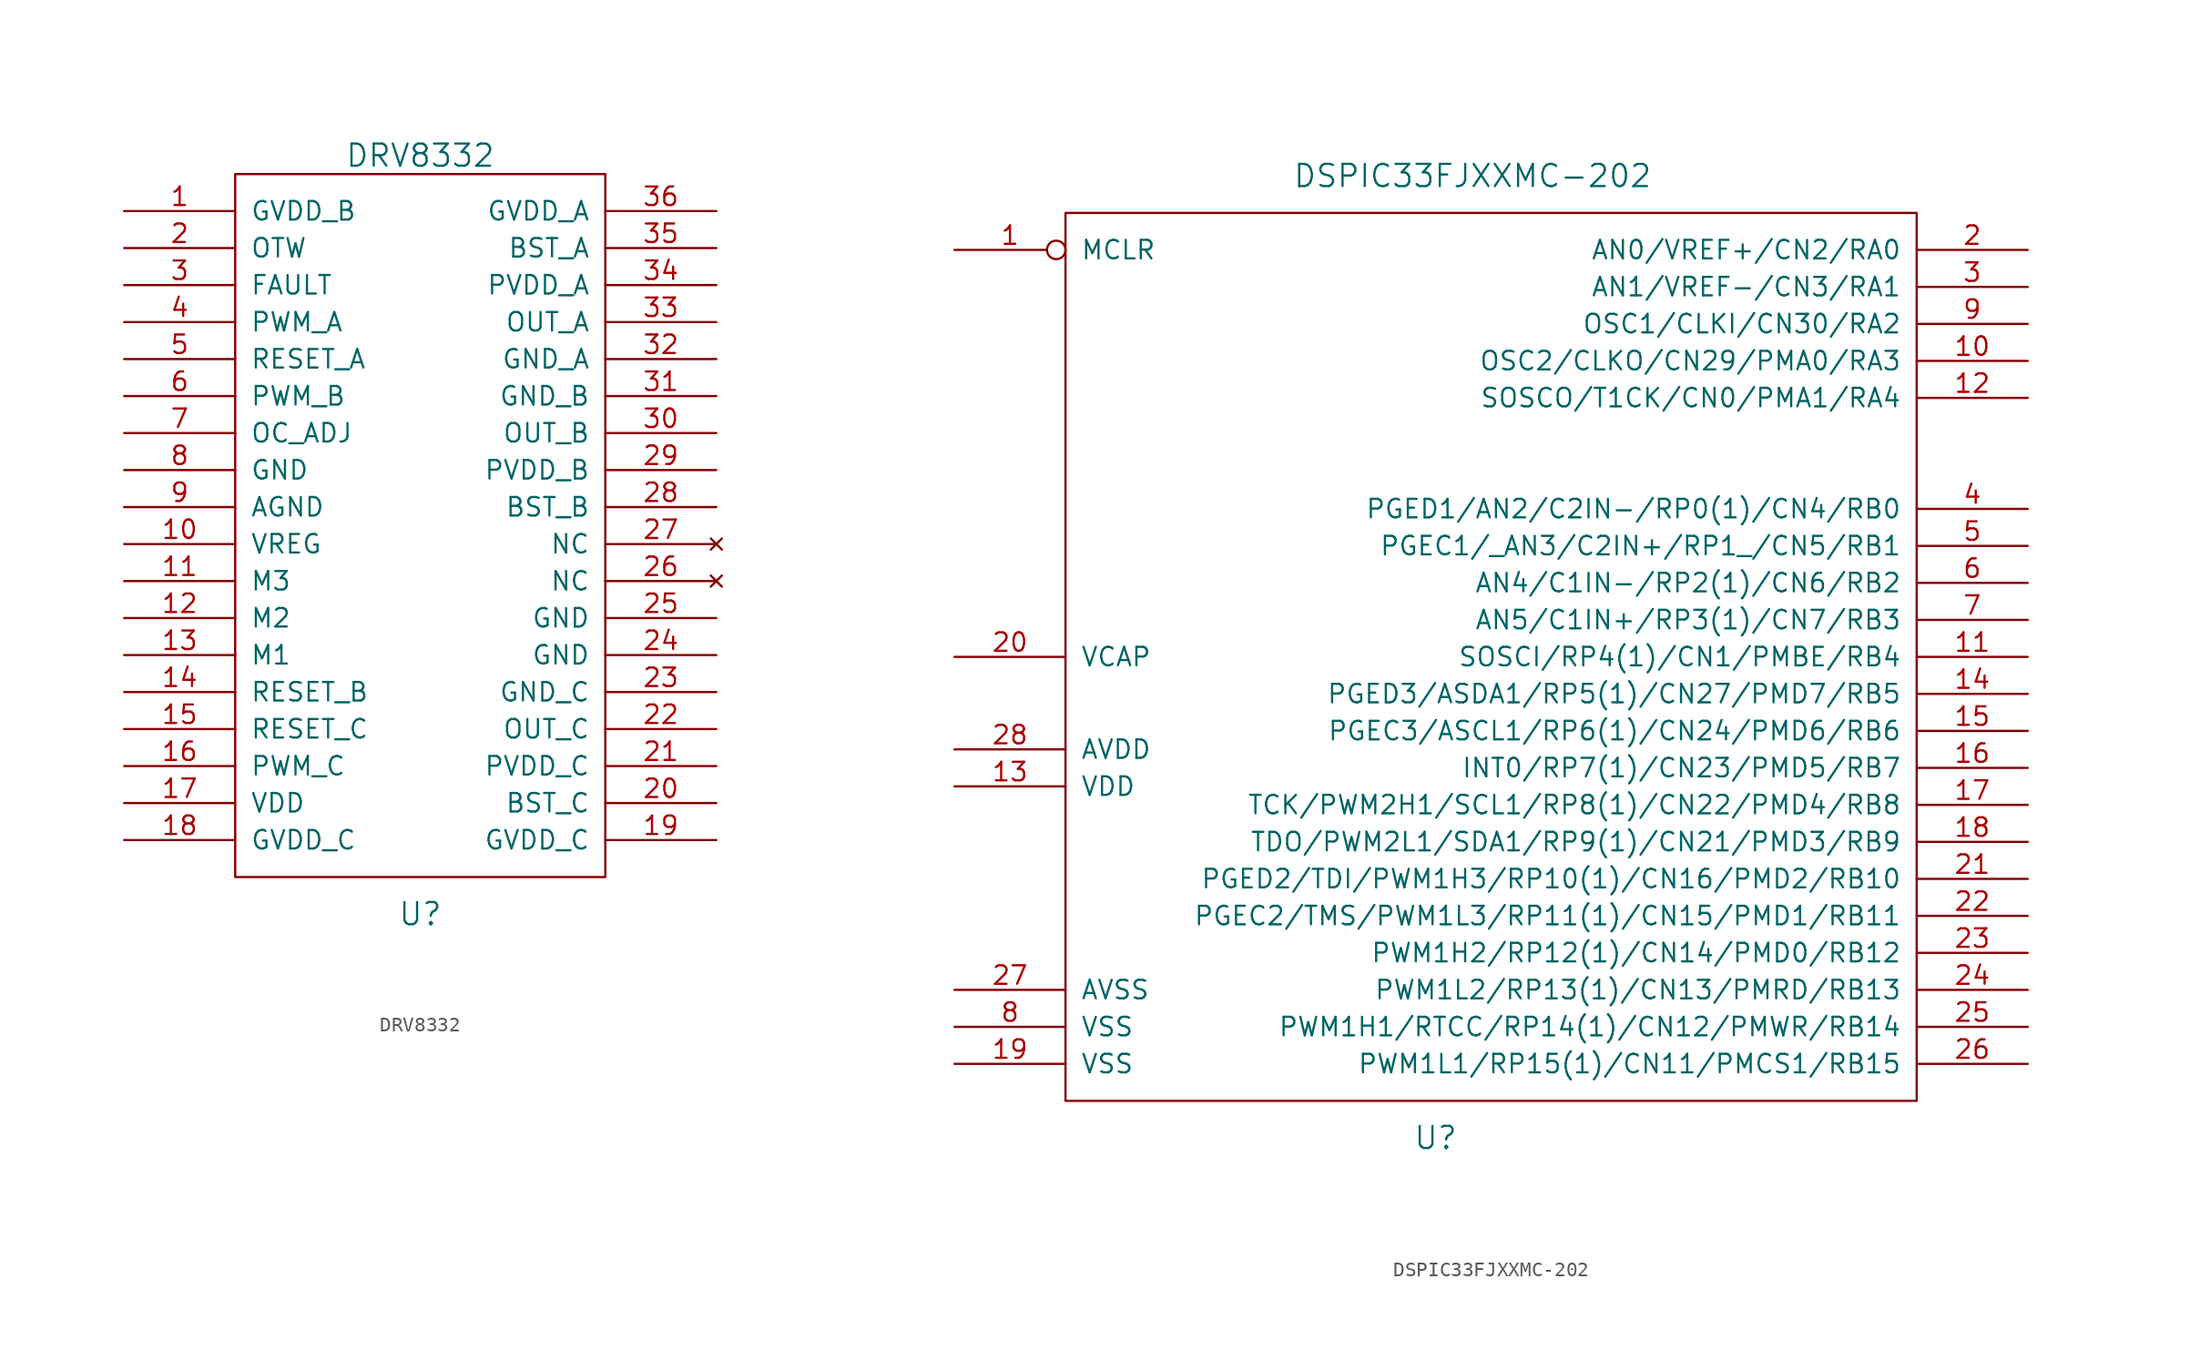
<source format=kicad_sym>
(kicad_symbol_lib
  (version 20220914)
  (generator kicad_symbol_editor)
  (symbol "DRV8332"
    (pin_names
      (offset 1.016))
    (property "Reference" "U"
      (at 0 -26.67 0)
      (effects (font (size 1.524 1.524))))
    (property "Value" "DRV8332"
      (at 0 25.4 0)
      (effects (font (size 1.524 1.524))))
    (property "Footprint" ""
      (at 0 0 0)
      (effects (font (size 1.524 1.524))))
    (property "Datasheet" ""
      (at 0 0 0)
      (effects (font (size 1.524 1.524))))
    (symbol "DRV8332_0_1"
      (rectangle (start -12.7 24.13) (end 12.7 -24.13) (stroke (width 0) (type solid)) (fill (type none))))
    (symbol "DRV8332_1_1"
      (pin power_in line (at -20.32 21.59 0) (length 7.62) (name "GVDD_B" (effects (font (size 1.27 1.27)))) (number "1" (effects (font (size 1.27 1.27)))))
      (pin power_out line (at -20.32 -1.27 0) (length 7.62) (name "VREG" (effects (font (size 1.27 1.27)))) (number "10" (effects (font (size 1.27 1.27)))))
      (pin input line (at -20.32 -3.81 0) (length 7.62) (name "M3" (effects (font (size 1.27 1.27)))) (number "11" (effects (font (size 1.27 1.27)))))
      (pin input line (at -20.32 -6.35 0) (length 7.62) (name "M2" (effects (font (size 1.27 1.27)))) (number "12" (effects (font (size 1.27 1.27)))))
      (pin input line (at -20.32 -8.89 0) (length 7.62) (name "M1" (effects (font (size 1.27 1.27)))) (number "13" (effects (font (size 1.27 1.27)))))
      (pin input line (at -20.32 -11.43 0) (length 7.62) (name "RESET_B" (effects (font (size 1.27 1.27)))) (number "14" (effects (font (size 1.27 1.27)))))
      (pin input line (at -20.32 -13.97 0) (length 7.62) (name "RESET_C" (effects (font (size 1.27 1.27)))) (number "15" (effects (font (size 1.27 1.27)))))
      (pin input line (at -20.32 -16.51 0) (length 7.62) (name "PWM_C" (effects (font (size 1.27 1.27)))) (number "16" (effects (font (size 1.27 1.27)))))
      (pin power_in line (at -20.32 -19.05 0) (length 7.62) (name "VDD" (effects (font (size 1.27 1.27)))) (number "17" (effects (font (size 1.27 1.27)))))
      (pin power_in line (at -20.32 -21.59 0) (length 7.62) (name "GVDD_C" (effects (font (size 1.27 1.27)))) (number "18" (effects (font (size 1.27 1.27)))))
      (pin power_in line (at 20.32 -21.59 180) (length 7.62) (name "GVDD_C" (effects (font (size 1.27 1.27)))) (number "19" (effects (font (size 1.27 1.27)))))
      (pin output line (at -20.32 19.05 0) (length 7.62) (name "OTW" (effects (font (size 1.27 1.27)))) (number "2" (effects (font (size 1.27 1.27)))))
      (pin power_out line (at 20.32 -19.05 180) (length 7.62) (name "BST_C" (effects (font (size 1.27 1.27)))) (number "20" (effects (font (size 1.27 1.27)))))
      (pin power_in line (at 20.32 -16.51 180) (length 7.62) (name "PVDD_C" (effects (font (size 1.27 1.27)))) (number "21" (effects (font (size 1.27 1.27)))))
      (pin output line (at 20.32 -13.97 180) (length 7.62) (name "OUT_C" (effects (font (size 1.27 1.27)))) (number "22" (effects (font (size 1.27 1.27)))))
      (pin power_in line (at 20.32 -11.43 180) (length 7.62) (name "GND_C" (effects (font (size 1.27 1.27)))) (number "23" (effects (font (size 1.27 1.27)))))
      (pin power_in line (at 20.32 -8.89 180) (length 7.62) (name "GND" (effects (font (size 1.27 1.27)))) (number "24" (effects (font (size 1.27 1.27)))))
      (pin power_in line (at 20.32 -6.35 180) (length 7.62) (name "GND" (effects (font (size 1.27 1.27)))) (number "25" (effects (font (size 1.27 1.27)))))
      (pin no_connect line (at 20.32 -3.81 180) (length 7.62) (name "NC" (effects (font (size 1.27 1.27)))) (number "26" (effects (font (size 1.27 1.27)))))
      (pin no_connect line (at 20.32 -1.27 180) (length 7.62) (name "NC" (effects (font (size 1.27 1.27)))) (number "27" (effects (font (size 1.27 1.27)))))
      (pin power_out line (at 20.32 1.27 180) (length 7.62) (name "BST_B" (effects (font (size 1.27 1.27)))) (number "28" (effects (font (size 1.27 1.27)))))
      (pin power_in line (at 20.32 3.81 180) (length 7.62) (name "PVDD_B" (effects (font (size 1.27 1.27)))) (number "29" (effects (font (size 1.27 1.27)))))
      (pin output line (at -20.32 16.51 0) (length 7.62) (name "FAULT" (effects (font (size 1.27 1.27)))) (number "3" (effects (font (size 1.27 1.27)))))
      (pin output line (at 20.32 6.35 180) (length 7.62) (name "OUT_B" (effects (font (size 1.27 1.27)))) (number "30" (effects (font (size 1.27 1.27)))))
      (pin power_in line (at 20.32 8.89 180) (length 7.62) (name "GND_B" (effects (font (size 1.27 1.27)))) (number "31" (effects (font (size 1.27 1.27)))))
      (pin power_in line (at 20.32 11.43 180) (length 7.62) (name "GND_A" (effects (font (size 1.27 1.27)))) (number "32" (effects (font (size 1.27 1.27)))))
      (pin output line (at 20.32 13.97 180) (length 7.62) (name "OUT_A" (effects (font (size 1.27 1.27)))) (number "33" (effects (font (size 1.27 1.27)))))
      (pin power_in line (at 20.32 16.51 180) (length 7.62) (name "PVDD_A" (effects (font (size 1.27 1.27)))) (number "34" (effects (font (size 1.27 1.27)))))
      (pin power_out line (at 20.32 19.05 180) (length 7.62) (name "BST_A" (effects (font (size 1.27 1.27)))) (number "35" (effects (font (size 1.27 1.27)))))
      (pin power_in line (at 20.32 21.59 180) (length 7.62) (name "GVDD_A" (effects (font (size 1.27 1.27)))) (number "36" (effects (font (size 1.27 1.27)))))
      (pin input line (at -20.32 13.97 0) (length 7.62) (name "PWM_A" (effects (font (size 1.27 1.27)))) (number "4" (effects (font (size 1.27 1.27)))))
      (pin input line (at -20.32 11.43 0) (length 7.62) (name "RESET_A" (effects (font (size 1.27 1.27)))) (number "5" (effects (font (size 1.27 1.27)))))
      (pin input line (at -20.32 8.89 0) (length 7.62) (name "PWM_B" (effects (font (size 1.27 1.27)))) (number "6" (effects (font (size 1.27 1.27)))))
      (pin output line (at -20.32 6.35 0) (length 7.62) (name "OC_ADJ" (effects (font (size 1.27 1.27)))) (number "7" (effects (font (size 1.27 1.27)))))
      (pin power_in line (at -20.32 3.81 0) (length 7.62) (name "GND" (effects (font (size 1.27 1.27)))) (number "8" (effects (font (size 1.27 1.27)))))
      (pin power_in line (at -20.32 1.27 0) (length 7.62) (name "AGND" (effects (font (size 1.27 1.27)))) (number "9" (effects (font (size 1.27 1.27)))))))
  (symbol "DSPIC33FJXXMC-202"
    (pin_names
      (offset 1.016))
    (property "Reference" "U"
      (at -3.81 -33.02 0)
      (effects (font (size 1.524 1.524))))
    (property "Value" "DSPIC33FJXXMC-202"
      (at -1.27 33.02 0)
      (effects (font (size 1.524 1.524))))
    (property "Footprint" ""
      (at 0 0 0)
      (effects (font (size 1.524 1.524))))
    (property "Datasheet" ""
      (at 0 0 0)
      (effects (font (size 1.524 1.524))))
    (symbol "DSPIC33FJXXMC-202_0_1"
      (rectangle (start -29.21 30.48) (end 29.21 -30.48) (stroke (width 0) (type solid)) (fill (type none))))
    (symbol "DSPIC33FJXXMC-202_1_1"
      (pin input inverted (at -36.83 27.94 0) (length 7.62) (name "MCLR" (effects (font (size 1.27 1.27)))) (number "1" (effects (font (size 1.27 1.27)))))
      (pin bidirectional line (at 36.83 20.32 180) (length 7.62) (name "OSC2/CLKO/CN29/PMA0/RA3" (effects (font (size 1.27 1.27)))) (number "10" (effects (font (size 1.27 1.27)))))
      (pin bidirectional line (at 36.83 0 180) (length 7.62) (name "SOSCI/RP4(1)/CN1/PMBE/RB4" (effects (font (size 1.27 1.27)))) (number "11" (effects (font (size 1.27 1.27)))))
      (pin bidirectional line (at 36.83 17.78 180) (length 7.62) (name "SOSCO/T1CK/CN0/PMA1/RA4" (effects (font (size 1.27 1.27)))) (number "12" (effects (font (size 1.27 1.27)))))
      (pin power_in line (at -36.83 -8.89 0) (length 7.62) (name "VDD" (effects (font (size 1.27 1.27)))) (number "13" (effects (font (size 1.27 1.27)))))
      (pin bidirectional line (at 36.83 -2.54 180) (length 7.62) (name "PGED3/ASDA1/RP5(1)/CN27/PMD7/RB5" (effects (font (size 1.27 1.27)))) (number "14" (effects (font (size 1.27 1.27)))))
      (pin bidirectional line (at 36.83 -5.08 180) (length 7.62) (name "PGEC3/ASCL1/RP6(1)/CN24/PMD6/RB6" (effects (font (size 1.27 1.27)))) (number "15" (effects (font (size 1.27 1.27)))))
      (pin bidirectional line (at 36.83 -7.62 180) (length 7.62) (name "INT0/RP7(1)/CN23/PMD5/RB7" (effects (font (size 1.27 1.27)))) (number "16" (effects (font (size 1.27 1.27)))))
      (pin bidirectional line (at 36.83 -10.16 180) (length 7.62) (name "TCK/PWM2H1/SCL1/RP8(1)/CN22/PMD4/RB8" (effects (font (size 1.27 1.27)))) (number "17" (effects (font (size 1.27 1.27)))))
      (pin bidirectional line (at 36.83 -12.7 180) (length 7.62) (name "TDO/PWM2L1/SDA1/RP9(1)/CN21/PMD3/RB9" (effects (font (size 1.27 1.27)))) (number "18" (effects (font (size 1.27 1.27)))))
      (pin output line (at -36.83 -27.94 0) (length 7.62) (name "VSS" (effects (font (size 1.27 1.27)))) (number "19" (effects (font (size 1.27 1.27)))))
      (pin input line (at 36.83 27.94 180) (length 7.62) (name "AN0/VREF+/CN2/RA0" (effects (font (size 1.27 1.27)))) (number "2" (effects (font (size 1.27 1.27)))))
      (pin output line (at -36.83 0 0) (length 7.62) (name "VCAP" (effects (font (size 1.27 1.27)))) (number "20" (effects (font (size 1.27 1.27)))))
      (pin bidirectional line (at 36.83 -15.24 180) (length 7.62) (name "PGED2/TDI/PWM1H3/RP10(1)/CN16/PMD2/RB10" (effects (font (size 1.27 1.27)))) (number "21" (effects (font (size 1.27 1.27)))))
      (pin bidirectional line (at 36.83 -17.78 180) (length 7.62) (name "PGEC2/TMS/PWM1L3/RP11(1)/CN15/PMD1/RB11" (effects (font (size 1.27 1.27)))) (number "22" (effects (font (size 1.27 1.27)))))
      (pin bidirectional line (at 36.83 -20.32 180) (length 7.62) (name "PWM1H2/RP12(1)/CN14/PMD0/RB12" (effects (font (size 1.27 1.27)))) (number "23" (effects (font (size 1.27 1.27)))))
      (pin bidirectional line (at 36.83 -22.86 180) (length 7.62) (name "PWM1L2/RP13(1)/CN13/PMRD/RB13" (effects (font (size 1.27 1.27)))) (number "24" (effects (font (size 1.27 1.27)))))
      (pin bidirectional line (at 36.83 -25.4 180) (length 7.62) (name "PWM1H1/RTCC/RP14(1)/CN12/PMWR/RB14" (effects (font (size 1.27 1.27)))) (number "25" (effects (font (size 1.27 1.27)))))
      (pin bidirectional line (at 36.83 -27.94 180) (length 7.62) (name "PWM1L1/RP15(1)/CN11/PMCS1/RB15" (effects (font (size 1.27 1.27)))) (number "26" (effects (font (size 1.27 1.27)))))
      (pin power_in line (at -36.83 -22.86 0) (length 7.62) (name "AVSS" (effects (font (size 1.27 1.27)))) (number "27" (effects (font (size 1.27 1.27)))))
      (pin power_in line (at -36.83 -6.35 0) (length 7.62) (name "AVDD" (effects (font (size 1.27 1.27)))) (number "28" (effects (font (size 1.27 1.27)))))
      (pin bidirectional line (at 36.83 25.4 180) (length 7.62) (name "AN1/VREF-/CN3/RA1" (effects (font (size 1.27 1.27)))) (number "3" (effects (font (size 1.27 1.27)))))
      (pin bidirectional line (at 36.83 10.16 180) (length 7.62) (name "PGED1/AN2/C2IN-/RP0(1)/CN4/RB0" (effects (font (size 1.27 1.27)))) (number "4" (effects (font (size 1.27 1.27)))))
      (pin bidirectional line (at 36.83 7.62 180) (length 7.62) (name "PGEC1/_AN3/C2IN+/RP1_/CN5/RB1" (effects (font (size 1.27 1.27)))) (number "5" (effects (font (size 1.27 1.27)))))
      (pin bidirectional line (at 36.83 5.08 180) (length 7.62) (name "AN4/C1IN-/RP2(1)/CN6/RB2" (effects (font (size 1.27 1.27)))) (number "6" (effects (font (size 1.27 1.27)))))
      (pin bidirectional line (at 36.83 2.54 180) (length 7.62) (name "AN5/C1IN+/RP3(1)/CN7/RB3" (effects (font (size 1.27 1.27)))) (number "7" (effects (font (size 1.27 1.27)))))
      (pin power_in line (at -36.83 -25.4 0) (length 7.62) (name "VSS" (effects (font (size 1.27 1.27)))) (number "8" (effects (font (size 1.27 1.27)))))
      (pin bidirectional line (at 36.83 22.86 180) (length 7.62) (name "OSC1/CLKI/CN30/RA2" (effects (font (size 1.27 1.27)))) (number "9" (effects (font (size 1.27 1.27))))))))
</source>
